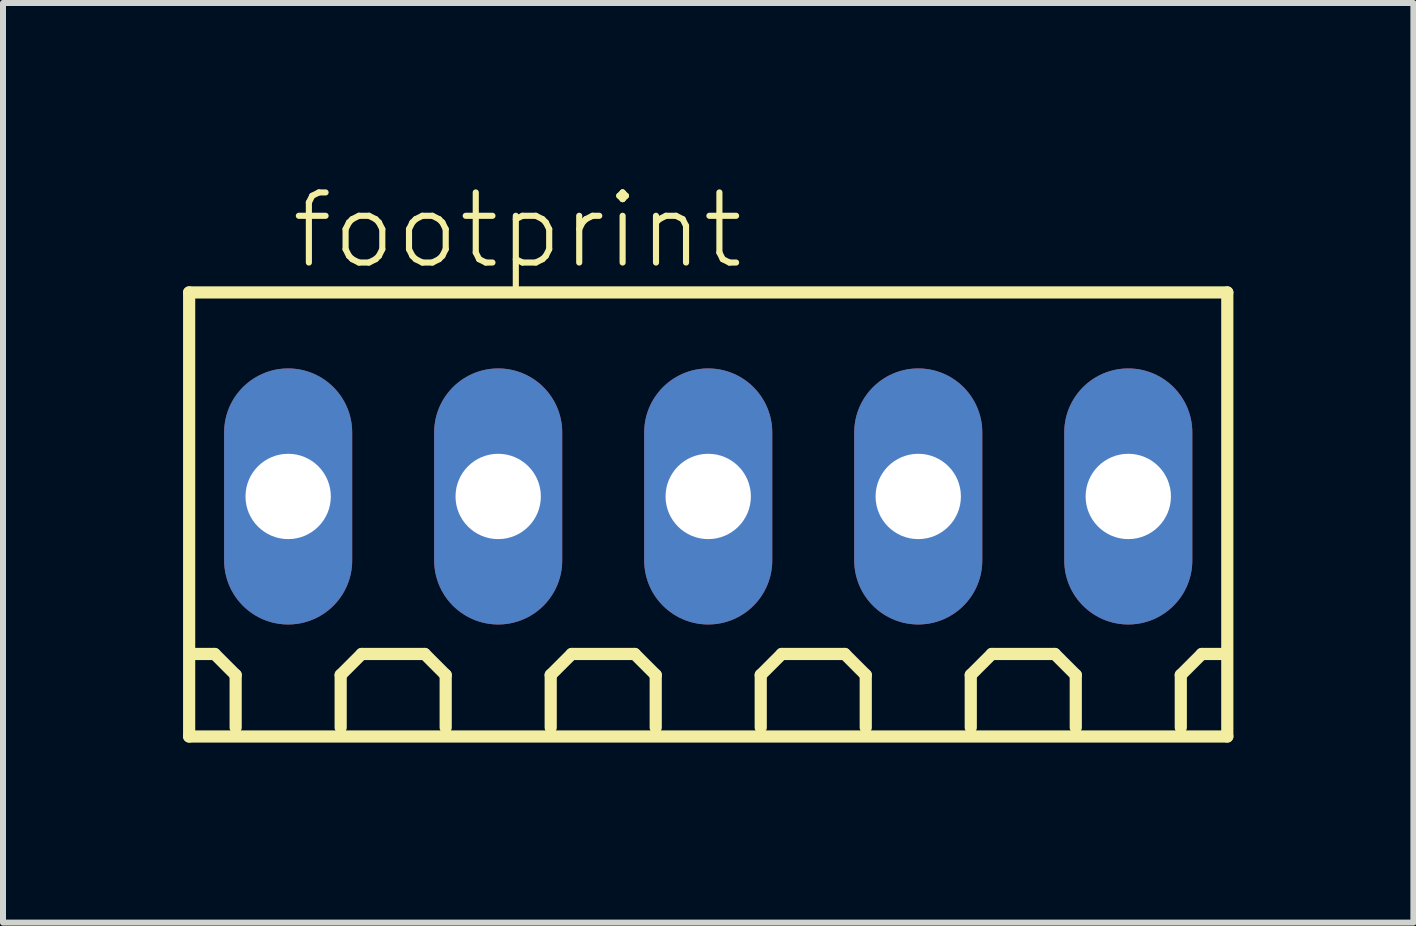
<source format=kicad_pcb>
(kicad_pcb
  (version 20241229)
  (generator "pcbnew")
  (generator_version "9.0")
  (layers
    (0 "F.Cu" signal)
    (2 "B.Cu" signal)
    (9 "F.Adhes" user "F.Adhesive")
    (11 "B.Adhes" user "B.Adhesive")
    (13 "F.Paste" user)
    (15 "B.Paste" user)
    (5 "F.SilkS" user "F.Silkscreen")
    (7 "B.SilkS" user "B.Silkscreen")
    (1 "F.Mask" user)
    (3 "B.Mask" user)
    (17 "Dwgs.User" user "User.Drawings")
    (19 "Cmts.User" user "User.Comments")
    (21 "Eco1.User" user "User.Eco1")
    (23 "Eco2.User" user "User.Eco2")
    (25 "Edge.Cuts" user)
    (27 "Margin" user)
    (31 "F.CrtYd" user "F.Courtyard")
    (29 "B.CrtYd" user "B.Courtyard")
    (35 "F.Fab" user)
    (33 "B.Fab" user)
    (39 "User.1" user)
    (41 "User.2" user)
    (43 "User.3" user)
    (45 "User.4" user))
  (footprint "footprint"
    (layer "F.Cu")
    (at 8.752 5.223)
    (property "Reference" "footprint" (at -7 -3.75 0) (layer "F.SilkS") (effects (font (size 1.168 1.168) (thickness 0.102)) (justify left bottom)))
    (fp_line (start -8.65 -3.4) (end 8.65 -3.4) (stroke (width 0.203) (type solid)) (layer "F.SilkS"))
    (fp_line (start -8.65 4) (end -8.65 -3.4) (stroke (width 0.203) (type solid)) (layer "F.SilkS"))
    (fp_line (start -8.225 2.625) (end -8.575 2.625) (stroke (width 0.203) (type solid)) (layer "F.SilkS"))
    (fp_line (start -7.875 2.975) (end -8.225 2.625) (stroke (width 0.203) (type solid)) (layer "F.SilkS"))
    (fp_line (start -7.875 3.85) (end -7.875 2.975) (stroke (width 0.203) (type solid)) (layer "F.SilkS"))
    (fp_line (start -6.125 2.975) (end -5.775 2.625) (stroke (width 0.203) (type solid)) (layer "F.SilkS"))
    (fp_line (start -6.125 3.85) (end -6.125 2.975) (stroke (width 0.203) (type solid)) (layer "F.SilkS"))
    (fp_line (start -5.775 2.625) (end -4.725 2.625) (stroke (width 0.203) (type solid)) (layer "F.SilkS"))
    (fp_line (start -4.725 2.625) (end -4.375 2.975) (stroke (width 0.203) (type solid)) (layer "F.SilkS"))
    (fp_line (start -4.375 2.975) (end -4.375 3.85) (stroke (width 0.203) (type solid)) (layer "F.SilkS"))
    (fp_line (start -2.625 2.975) (end -2.275 2.625) (stroke (width 0.203) (type solid)) (layer "F.SilkS"))
    (fp_line (start -2.625 3.85) (end -2.625 2.975) (stroke (width 0.203) (type solid)) (layer "F.SilkS"))
    (fp_line (start -2.275 2.625) (end -1.225 2.625) (stroke (width 0.203) (type solid)) (layer "F.SilkS"))
    (fp_line (start -1.225 2.625) (end -0.875 2.975) (stroke (width 0.203) (type solid)) (layer "F.SilkS"))
    (fp_line (start -0.875 2.975) (end -0.875 3.85) (stroke (width 0.203) (type solid)) (layer "F.SilkS"))
    (fp_line (start 0.875 2.975) (end 1.225 2.625) (stroke (width 0.203) (type solid)) (layer "F.SilkS"))
    (fp_line (start 0.875 3.85) (end 0.875 2.975) (stroke (width 0.203) (type solid)) (layer "F.SilkS"))
    (fp_line (start 1.225 2.625) (end 2.275 2.625) (stroke (width 0.203) (type solid)) (layer "F.SilkS"))
    (fp_line (start 2.275 2.625) (end 2.625 2.975) (stroke (width 0.203) (type solid)) (layer "F.SilkS"))
    (fp_line (start 2.625 2.975) (end 2.625 3.85) (stroke (width 0.203) (type solid)) (layer "F.SilkS"))
    (fp_line (start 4.375 2.975) (end 4.725 2.625) (stroke (width 0.203) (type solid)) (layer "F.SilkS"))
    (fp_line (start 4.375 3.85) (end 4.375 2.975) (stroke (width 0.203) (type solid)) (layer "F.SilkS"))
    (fp_line (start 4.725 2.625) (end 5.775 2.625) (stroke (width 0.203) (type solid)) (layer "F.SilkS"))
    (fp_line (start 5.775 2.625) (end 6.125 2.975) (stroke (width 0.203) (type solid)) (layer "F.SilkS"))
    (fp_line (start 6.125 2.975) (end 6.125 3.85) (stroke (width 0.203) (type solid)) (layer "F.SilkS"))
    (fp_line (start 7.875 2.975) (end 8.225 2.625) (stroke (width 0.203) (type solid)) (layer "F.SilkS"))
    (fp_line (start 7.875 3.85) (end 7.875 2.975) (stroke (width 0.203) (type solid)) (layer "F.SilkS"))
    (fp_line (start 8.225 2.625) (end 8.575 2.625) (stroke (width 0.203) (type solid)) (layer "F.SilkS"))
    (fp_line (start 8.65 -3.4) (end 8.65 4) (stroke (width 0.203) (type solid)) (layer "F.SilkS"))
    (fp_line (start 8.65 4) (end -8.65 4) (stroke (width 0.203) (type solid)) (layer "F.SilkS"))
    (pad "1" thru_hole oval (at -7 0 90) (size 4.267 2.134) (drill 1.422) (layers "*.Cu" "*.Mask"))
    (pad "2" thru_hole oval (at -3.5 0 90) (size 4.267 2.134) (drill 1.422) (layers "*.Cu" "*.Mask"))
    (pad "3" thru_hole oval (at 0 0 90) (size 4.267 2.134) (drill 1.422) (layers "*.Cu" "*.Mask"))
    (pad "4" thru_hole oval (at 3.5 0 90) (size 4.267 2.134) (drill 1.422) (layers "*.Cu" "*.Mask"))
    (pad "5" thru_hole oval (at 7 0 90) (size 4.267 2.134) (drill 1.422) (layers "*.Cu" "*.Mask")))
  (gr_rect
    (start -3 -3)
    (end 20.503 12.325)
    (stroke (width 0.1) (type default))
    (fill no)
    (layer "Edge.Cuts")))
</source>
